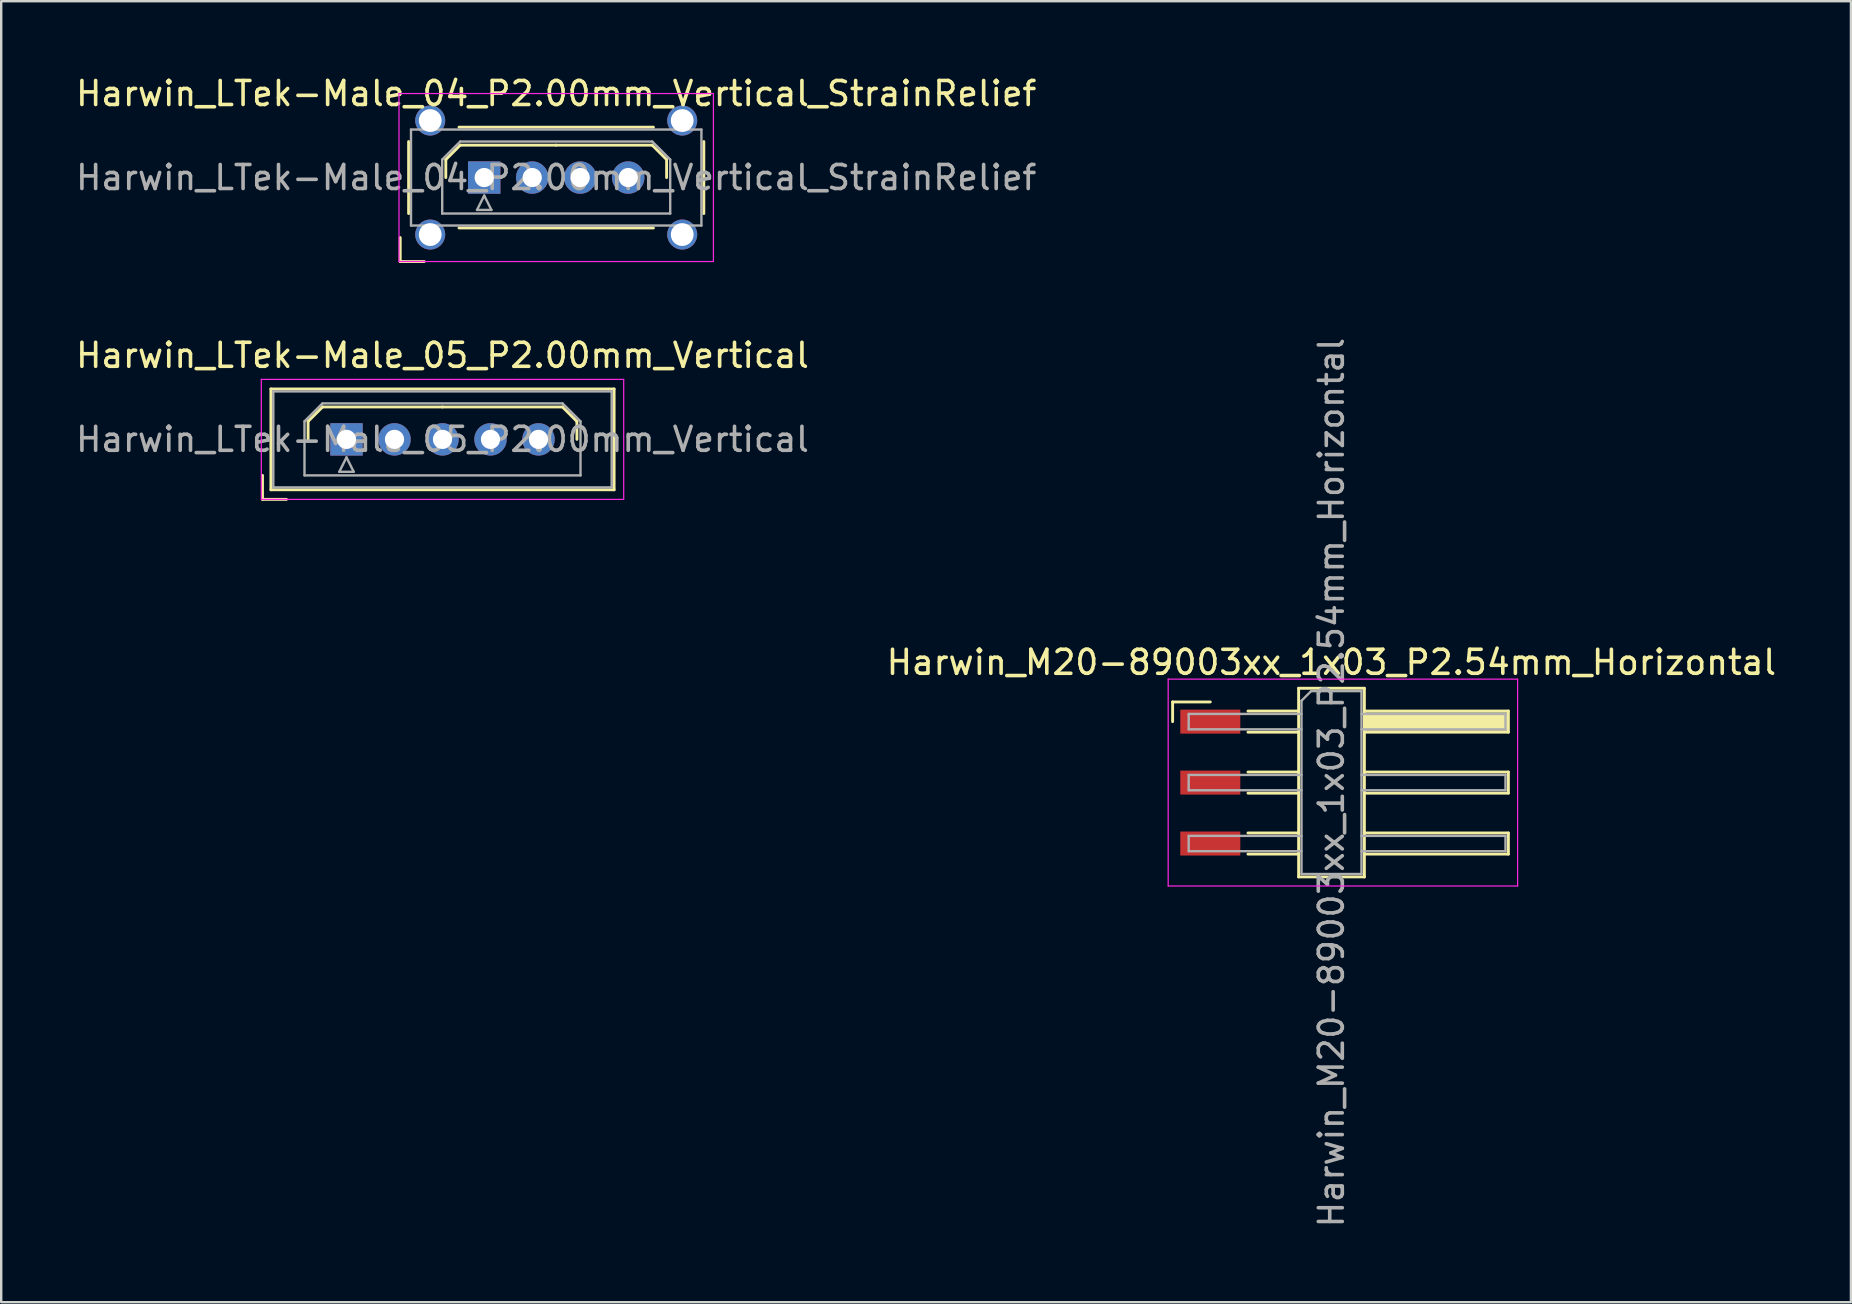
<source format=kicad_pcb>
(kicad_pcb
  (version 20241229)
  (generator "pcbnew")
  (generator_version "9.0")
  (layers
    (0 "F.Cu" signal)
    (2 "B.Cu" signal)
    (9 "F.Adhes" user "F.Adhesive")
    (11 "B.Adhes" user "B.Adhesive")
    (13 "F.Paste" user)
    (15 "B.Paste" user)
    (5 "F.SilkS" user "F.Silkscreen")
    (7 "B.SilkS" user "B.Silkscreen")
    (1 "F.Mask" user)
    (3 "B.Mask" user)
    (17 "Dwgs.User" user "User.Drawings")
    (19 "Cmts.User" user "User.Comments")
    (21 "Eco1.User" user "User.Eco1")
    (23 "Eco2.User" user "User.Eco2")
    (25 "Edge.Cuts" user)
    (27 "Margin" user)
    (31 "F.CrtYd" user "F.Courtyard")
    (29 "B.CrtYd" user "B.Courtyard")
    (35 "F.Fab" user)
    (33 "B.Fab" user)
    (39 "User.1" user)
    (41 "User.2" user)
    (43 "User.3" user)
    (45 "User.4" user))
  (footprint "Harwin_LTek-Male_05_P2.00mm_Vertical"
    (layer "F.Cu")
    (at 11.387 15.257)
    (property "Reference" "Harwin_LTek-Male_05_P2.00mm_Vertical" (at 4 -3.5 0) (layer "F.SilkS") (effects (font (size 1 1) (thickness 0.15))))
    (attr through_hole)
    (fp_line (start -3.5 1.5) (end -3.5 2.5) (stroke (width 0.12) (type solid)) (layer "F.SilkS"))
    (fp_line (start -3.5 2.5) (end -2.5 2.5) (stroke (width 0.12) (type solid)) (layer "F.SilkS"))
    (fp_line (start -3.15 -2.1) (end -3.15 2.1) (stroke (width 0.12) (type solid)) (layer "F.SilkS"))
    (fp_line (start -3.15 2.1) (end 11.15 2.1) (stroke (width 0.12) (type solid)) (layer "F.SilkS"))
    (fp_line (start -1.6 -0.75) (end -1 -1.35) (stroke (width 0.12) (type solid)) (layer "F.SilkS"))
    (fp_line (start -1.6 0) (end -1.6 -0.75) (stroke (width 0.12) (type solid)) (layer "F.SilkS"))
    (fp_line (start -1 -1.35) (end 4 -1.35) (stroke (width 0.12) (type solid)) (layer "F.SilkS"))
    (fp_line (start 9 -1.35) (end 4 -1.35) (stroke (width 0.12) (type solid)) (layer "F.SilkS"))
    (fp_line (start 9.6 -0.75) (end 9 -1.35) (stroke (width 0.12) (type solid)) (layer "F.SilkS"))
    (fp_line (start 9.6 0) (end 9.6 -0.75) (stroke (width 0.12) (type solid)) (layer "F.SilkS"))
    (fp_line (start 11.15 -2.1) (end -3.15 -2.1) (stroke (width 0.12) (type solid)) (layer "F.SilkS"))
    (fp_line (start 11.15 2.1) (end 11.15 -2.1) (stroke (width 0.12) (type solid)) (layer "F.SilkS"))
    (fp_line (start -3.55 -2.5) (end -3.55 2.5) (stroke (width 0.05) (type solid)) (layer "F.CrtYd"))
    (fp_line (start -3.55 2.5) (end 11.55 2.5) (stroke (width 0.05) (type solid)) (layer "F.CrtYd"))
    (fp_line (start 11.55 -2.5) (end -3.55 -2.5) (stroke (width 0.05) (type solid)) (layer "F.CrtYd"))
    (fp_line (start 11.55 2.5) (end 11.55 -2.5) (stroke (width 0.05) (type solid)) (layer "F.CrtYd"))
    (fp_line (start -3.05 -2) (end -3.05 2) (stroke (width 0.1) (type solid)) (layer "F.Fab"))
    (fp_line (start -3.05 2) (end 11.05 2) (stroke (width 0.1) (type solid)) (layer "F.Fab"))
    (fp_line (start -1.75 -0.75) (end -1 -1.5) (stroke (width 0.1) (type solid)) (layer "F.Fab"))
    (fp_line (start -1.75 1.5) (end -1.75 -0.75) (stroke (width 0.1) (type solid)) (layer "F.Fab"))
    (fp_line (start -1 -1.5) (end 9 -1.5) (stroke (width 0.1) (type solid)) (layer "F.Fab"))
    (fp_line (start -0.3 1.35) (end 0.3 1.35) (stroke (width 0.1) (type solid)) (layer "F.Fab"))
    (fp_line (start 0 0.75) (end -0.3 1.35) (stroke (width 0.1) (type solid)) (layer "F.Fab"))
    (fp_line (start 0.3 1.35) (end 0 0.75) (stroke (width 0.1) (type solid)) (layer "F.Fab"))
    (fp_line (start 9 -1.5) (end 9.75 -0.75) (stroke (width 0.1) (type solid)) (layer "F.Fab"))
    (fp_line (start 9.75 -0.75) (end 9.75 1.5) (stroke (width 0.1) (type solid)) (layer "F.Fab"))
    (fp_line (start 9.75 1.5) (end -1.75 1.5) (stroke (width 0.1) (type solid)) (layer "F.Fab"))
    (fp_line (start 11.05 -2) (end -3.05 -2) (stroke (width 0.1) (type solid)) (layer "F.Fab"))
    (fp_line (start 11.05 2) (end 11.05 -2) (stroke (width 0.1) (type solid)) (layer "F.Fab"))
    (fp_text user "${REFERENCE}" (at 4 0 0) (layer "F.Fab") (effects (font (size 1 1) (thickness 0.15))))
    (pad "1" thru_hole rect (at 0 0) (size 1.35 1.35) (drill 0.8) (layers "*.Cu" "*.Mask"))
    (pad "2" thru_hole circle (at 2 0) (size 1.35 1.35) (drill 0.8) (layers "*.Cu" "*.Mask"))
    (pad "3" thru_hole circle (at 4 0) (size 1.35 1.35) (drill 0.8) (layers "*.Cu" "*.Mask"))
    (pad "4" thru_hole circle (at 6 0) (size 1.35 1.35) (drill 0.8) (layers "*.Cu" "*.Mask"))
    (pad "5" thru_hole circle (at 8 0) (size 1.35 1.35) (drill 0.8) (layers "*.Cu" "*.Mask")))
  (footprint "Harwin_LTek-Male_04_P2.00mm_Vertical_StrainRelief"
    (layer "F.Cu")
    (at 17.125 4.348)
    (property "Reference" "Harwin_LTek-Male_04_P2.00mm_Vertical_StrainRelief" (at 3 -3.5 0) (layer "F.SilkS") (effects (font (size 1 1) (thickness 0.15))))
    (attr through_hole)
    (fp_line (start -3.5 2.5) (end -3.5 3.5) (stroke (width 0.12) (type solid)) (layer "F.SilkS"))
    (fp_line (start -3.5 3.5) (end -2.5 3.5) (stroke (width 0.12) (type solid)) (layer "F.SilkS"))
    (fp_line (start -3.15 -1.5) (end -3.15 1.5) (stroke (width 0.12) (type solid)) (layer "F.SilkS"))
    (fp_line (start -1.6 -0.75) (end -1 -1.35) (stroke (width 0.12) (type solid)) (layer "F.SilkS"))
    (fp_line (start -1.6 0) (end -1.6 -0.75) (stroke (width 0.12) (type solid)) (layer "F.SilkS"))
    (fp_line (start -1.05 -2.1) (end 7.05 -2.1) (stroke (width 0.12) (type solid)) (layer "F.SilkS"))
    (fp_line (start -1.05 2.1) (end 7.05 2.1) (stroke (width 0.12) (type solid)) (layer "F.SilkS"))
    (fp_line (start -1 -1.35) (end 3 -1.35) (stroke (width 0.12) (type solid)) (layer "F.SilkS"))
    (fp_line (start 7 -1.35) (end 3 -1.35) (stroke (width 0.12) (type solid)) (layer "F.SilkS"))
    (fp_line (start 7.6 -0.75) (end 7 -1.35) (stroke (width 0.12) (type solid)) (layer "F.SilkS"))
    (fp_line (start 7.6 0) (end 7.6 -0.75) (stroke (width 0.12) (type solid)) (layer "F.SilkS"))
    (fp_line (start 9.15 -1.5) (end 9.15 1.5) (stroke (width 0.12) (type solid)) (layer "F.SilkS"))
    (fp_line (start -3.55 -3.5) (end -3.55 3.5) (stroke (width 0.05) (type solid)) (layer "F.CrtYd"))
    (fp_line (start -3.55 3.5) (end 9.55 3.5) (stroke (width 0.05) (type solid)) (layer "F.CrtYd"))
    (fp_line (start 9.55 -3.5) (end -3.55 -3.5) (stroke (width 0.05) (type solid)) (layer "F.CrtYd"))
    (fp_line (start 9.55 3.5) (end 9.55 -3.5) (stroke (width 0.05) (type solid)) (layer "F.CrtYd"))
    (fp_line (start -3.05 -2) (end -3.05 2) (stroke (width 0.1) (type solid)) (layer "F.Fab"))
    (fp_line (start -3.05 2) (end 9.05 2) (stroke (width 0.1) (type solid)) (layer "F.Fab"))
    (fp_line (start -1.75 -0.75) (end -1 -1.5) (stroke (width 0.1) (type solid)) (layer "F.Fab"))
    (fp_line (start -1.75 1.5) (end -1.75 -0.75) (stroke (width 0.1) (type solid)) (layer "F.Fab"))
    (fp_line (start -1 -1.5) (end 7 -1.5) (stroke (width 0.1) (type solid)) (layer "F.Fab"))
    (fp_line (start -0.3 1.35) (end 0.3 1.35) (stroke (width 0.1) (type solid)) (layer "F.Fab"))
    (fp_line (start 0 0.75) (end -0.3 1.35) (stroke (width 0.1) (type solid)) (layer "F.Fab"))
    (fp_line (start 0.3 1.35) (end 0 0.75) (stroke (width 0.1) (type solid)) (layer "F.Fab"))
    (fp_line (start 7 -1.5) (end 7.75 -0.75) (stroke (width 0.1) (type solid)) (layer "F.Fab"))
    (fp_line (start 7.75 -0.75) (end 7.75 1.5) (stroke (width 0.1) (type solid)) (layer "F.Fab"))
    (fp_line (start 7.75 1.5) (end -1.75 1.5) (stroke (width 0.1) (type solid)) (layer "F.Fab"))
    (fp_line (start 9.05 -2) (end -3.05 -2) (stroke (width 0.1) (type solid)) (layer "F.Fab"))
    (fp_line (start 9.05 2) (end 9.05 -2) (stroke (width 0.1) (type solid)) (layer "F.Fab"))
    (fp_text user "${REFERENCE}" (at 3 0 0) (layer "F.Fab") (effects (font (size 1 1) (thickness 0.15))))
    (pad "" thru_hole circle (at -2.25 -2.375) (size 1.25 1.25) (drill 0.95) (layers "*.Cu" "*.Mask"))
    (pad "" thru_hole circle (at -2.25 2.375) (size 1.25 1.25) (drill 0.95) (layers "*.Cu" "*.Mask"))
    (pad "" thru_hole circle (at 8.25 -2.375) (size 1.25 1.25) (drill 0.95) (layers "*.Cu" "*.Mask"))
    (pad "" thru_hole circle (at 8.25 2.375) (size 1.25 1.25) (drill 0.95) (layers "*.Cu" "*.Mask"))
    (pad "1" thru_hole rect (at 0 0) (size 1.35 1.35) (drill 0.8) (layers "*.Cu" "*.Mask"))
    (pad "2" thru_hole circle (at 2 0) (size 1.35 1.35) (drill 0.8) (layers "*.Cu" "*.Mask"))
    (pad "3" thru_hole circle (at 4 0) (size 1.35 1.35) (drill 0.8) (layers "*.Cu" "*.Mask"))
    (pad "4" thru_hole circle (at 6 0) (size 1.35 1.35) (drill 0.8) (layers "*.Cu" "*.Mask")))
  (footprint "Harwin_M20-89003xx_1x03_P2.54mm_Horizontal"
    (layer "F.Cu")
    (at 52.903 29.557)
    (property "Reference" "Harwin_M20-89003xx_1x03_P2.54mm_Horizontal" (at -0.48 -5.01 0) (layer "F.SilkS") (effects (font (size 1 1) (thickness 0.15))))
    (attr smd)
    (fp_line (start -7.095 -3.36) (end -5.525 -3.36) (stroke (width 0.12) (type solid)) (layer "F.SilkS"))
    (fp_line (start -7.095 -2.54) (end -7.095 -3.36) (stroke (width 0.12) (type solid)) (layer "F.SilkS"))
    (fp_line (start -3.955 -2.98) (end -1.845 -2.98) (stroke (width 0.12) (type solid)) (layer "F.SilkS"))
    (fp_line (start -3.955 -2.1) (end -1.845 -2.1) (stroke (width 0.12) (type solid)) (layer "F.SilkS"))
    (fp_line (start -3.955 -0.44) (end -1.845 -0.44) (stroke (width 0.12) (type solid)) (layer "F.SilkS"))
    (fp_line (start -3.955 0.44) (end -1.845 0.44) (stroke (width 0.12) (type solid)) (layer "F.SilkS"))
    (fp_line (start -3.955 2.1) (end -1.845 2.1) (stroke (width 0.12) (type solid)) (layer "F.SilkS"))
    (fp_line (start -3.955 2.98) (end -1.845 2.98) (stroke (width 0.12) (type solid)) (layer "F.SilkS"))
    (fp_line (start -1.845 -3.93) (end 0.895 -3.93) (stroke (width 0.12) (type solid)) (layer "F.SilkS"))
    (fp_line (start -1.845 3.93) (end -1.845 -3.93) (stroke (width 0.12) (type solid)) (layer "F.SilkS"))
    (fp_line (start 0.895 -3.93) (end 0.895 3.93) (stroke (width 0.12) (type solid)) (layer "F.SilkS"))
    (fp_line (start 0.895 -2.98) (end 6.895 -2.98) (stroke (width 0.12) (type solid)) (layer "F.SilkS"))
    (fp_line (start 0.895 -0.44) (end 6.895 -0.44) (stroke (width 0.12) (type solid)) (layer "F.SilkS"))
    (fp_line (start 0.895 2.1) (end 6.895 2.1) (stroke (width 0.12) (type solid)) (layer "F.SilkS"))
    (fp_line (start 0.895 3.93) (end -1.845 3.93) (stroke (width 0.12) (type solid)) (layer "F.SilkS"))
    (fp_line (start 6.895 -2.98) (end 6.895 -2.1) (stroke (width 0.12) (type solid)) (layer "F.SilkS"))
    (fp_line (start 6.895 -2.1) (end 0.895 -2.1) (stroke (width 0.12) (type solid)) (layer "F.SilkS"))
    (fp_line (start 6.895 -0.44) (end 6.895 0.44) (stroke (width 0.12) (type solid)) (layer "F.SilkS"))
    (fp_line (start 6.895 0.44) (end 0.895 0.44) (stroke (width 0.12) (type solid)) (layer "F.SilkS"))
    (fp_line (start 6.895 2.1) (end 6.895 2.98) (stroke (width 0.12) (type solid)) (layer "F.SilkS"))
    (fp_line (start 6.895 2.98) (end 0.895 2.98) (stroke (width 0.12) (type solid)) (layer "F.SilkS"))
    (fp_line (start -7.28 -4.31) (end 7.28 -4.31) (stroke (width 0.05) (type solid)) (layer "F.CrtYd"))
    (fp_line (start -7.28 4.31) (end -7.28 -4.31) (stroke (width 0.05) (type solid)) (layer "F.CrtYd"))
    (fp_line (start 7.28 -4.31) (end 7.28 4.31) (stroke (width 0.05) (type solid)) (layer "F.CrtYd"))
    (fp_line (start 7.28 4.31) (end -7.28 4.31) (stroke (width 0.05) (type solid)) (layer "F.CrtYd"))
    (fp_line (start -6.425 -2.86) (end -6.425 -2.22) (stroke (width 0.1) (type solid)) (layer "F.Fab"))
    (fp_line (start -6.425 -2.22) (end -1.725 -2.22) (stroke (width 0.1) (type solid)) (layer "F.Fab"))
    (fp_line (start -6.425 -0.32) (end -6.425 0.32) (stroke (width 0.1) (type solid)) (layer "F.Fab"))
    (fp_line (start -6.425 0.32) (end -1.725 0.32) (stroke (width 0.1) (type solid)) (layer "F.Fab"))
    (fp_line (start -6.425 2.22) (end -6.425 2.86) (stroke (width 0.1) (type solid)) (layer "F.Fab"))
    (fp_line (start -6.425 2.86) (end -1.725 2.86) (stroke (width 0.1) (type solid)) (layer "F.Fab"))
    (fp_line (start -1.725 -3.41) (end -1.325 -3.81) (stroke (width 0.1) (type solid)) (layer "F.Fab"))
    (fp_line (start -1.725 -2.86) (end -6.425 -2.86) (stroke (width 0.1) (type solid)) (layer "F.Fab"))
    (fp_line (start -1.725 -0.32) (end -6.425 -0.32) (stroke (width 0.1) (type solid)) (layer "F.Fab"))
    (fp_line (start -1.725 2.22) (end -6.425 2.22) (stroke (width 0.1) (type solid)) (layer "F.Fab"))
    (fp_line (start -1.725 3.81) (end -1.725 -3.41) (stroke (width 0.1) (type solid)) (layer "F.Fab"))
    (fp_line (start -1.325 -3.81) (end 0.775 -3.81) (stroke (width 0.1) (type solid)) (layer "F.Fab"))
    (fp_line (start 0.775 -3.81) (end 0.775 3.81) (stroke (width 0.1) (type solid)) (layer "F.Fab"))
    (fp_line (start 0.775 -2.86) (end 6.775 -2.86) (stroke (width 0.1) (type solid)) (layer "F.Fab"))
    (fp_line (start 0.775 -0.32) (end 6.775 -0.32) (stroke (width 0.1) (type solid)) (layer "F.Fab"))
    (fp_line (start 0.775 2.22) (end 6.775 2.22) (stroke (width 0.1) (type solid)) (layer "F.Fab"))
    (fp_line (start 0.775 3.81) (end -1.725 3.81) (stroke (width 0.1) (type solid)) (layer "F.Fab"))
    (fp_line (start 6.775 -2.86) (end 6.775 -2.22) (stroke (width 0.1) (type solid)) (layer "F.Fab"))
    (fp_line (start 6.775 -2.22) (end 0.775 -2.22) (stroke (width 0.1) (type solid)) (layer "F.Fab"))
    (fp_line (start 6.775 -0.32) (end 6.775 0.32) (stroke (width 0.1) (type solid)) (layer "F.Fab"))
    (fp_line (start 6.775 0.32) (end 0.775 0.32) (stroke (width 0.1) (type solid)) (layer "F.Fab"))
    (fp_line (start 6.775 2.22) (end 6.775 2.86) (stroke (width 0.1) (type solid)) (layer "F.Fab"))
    (fp_line (start 6.775 2.86) (end 0.775 2.86) (stroke (width 0.1) (type solid)) (layer "F.Fab"))
    (fp_text user "${REFERENCE}" (at -0.48 0 90) (layer "F.Fab") (effects (font (size 1 1) (thickness 0.15))))
    (pad "" smd rect (at 3.895 -2.54) (size 6 0.76) (layers "F.SilkS"))
    (pad "1" smd rect (at -5.525 -2.54) (size 2.5 1) (layers "F.Cu" "F.Mask" "F.Paste"))
    (pad "2" smd rect (at -5.525 0) (size 2.5 1) (layers "F.Cu" "F.Mask" "F.Paste"))
    (pad "3" smd rect (at -5.525 2.54) (size 2.5 1) (layers "F.Cu" "F.Mask" "F.Paste")))
  (gr_rect
    (start -3 -3)
    (end 74.071 51.206)
    (stroke (width 0.1) (type default))
    (fill no)
    (layer "Edge.Cuts")))
</source>
